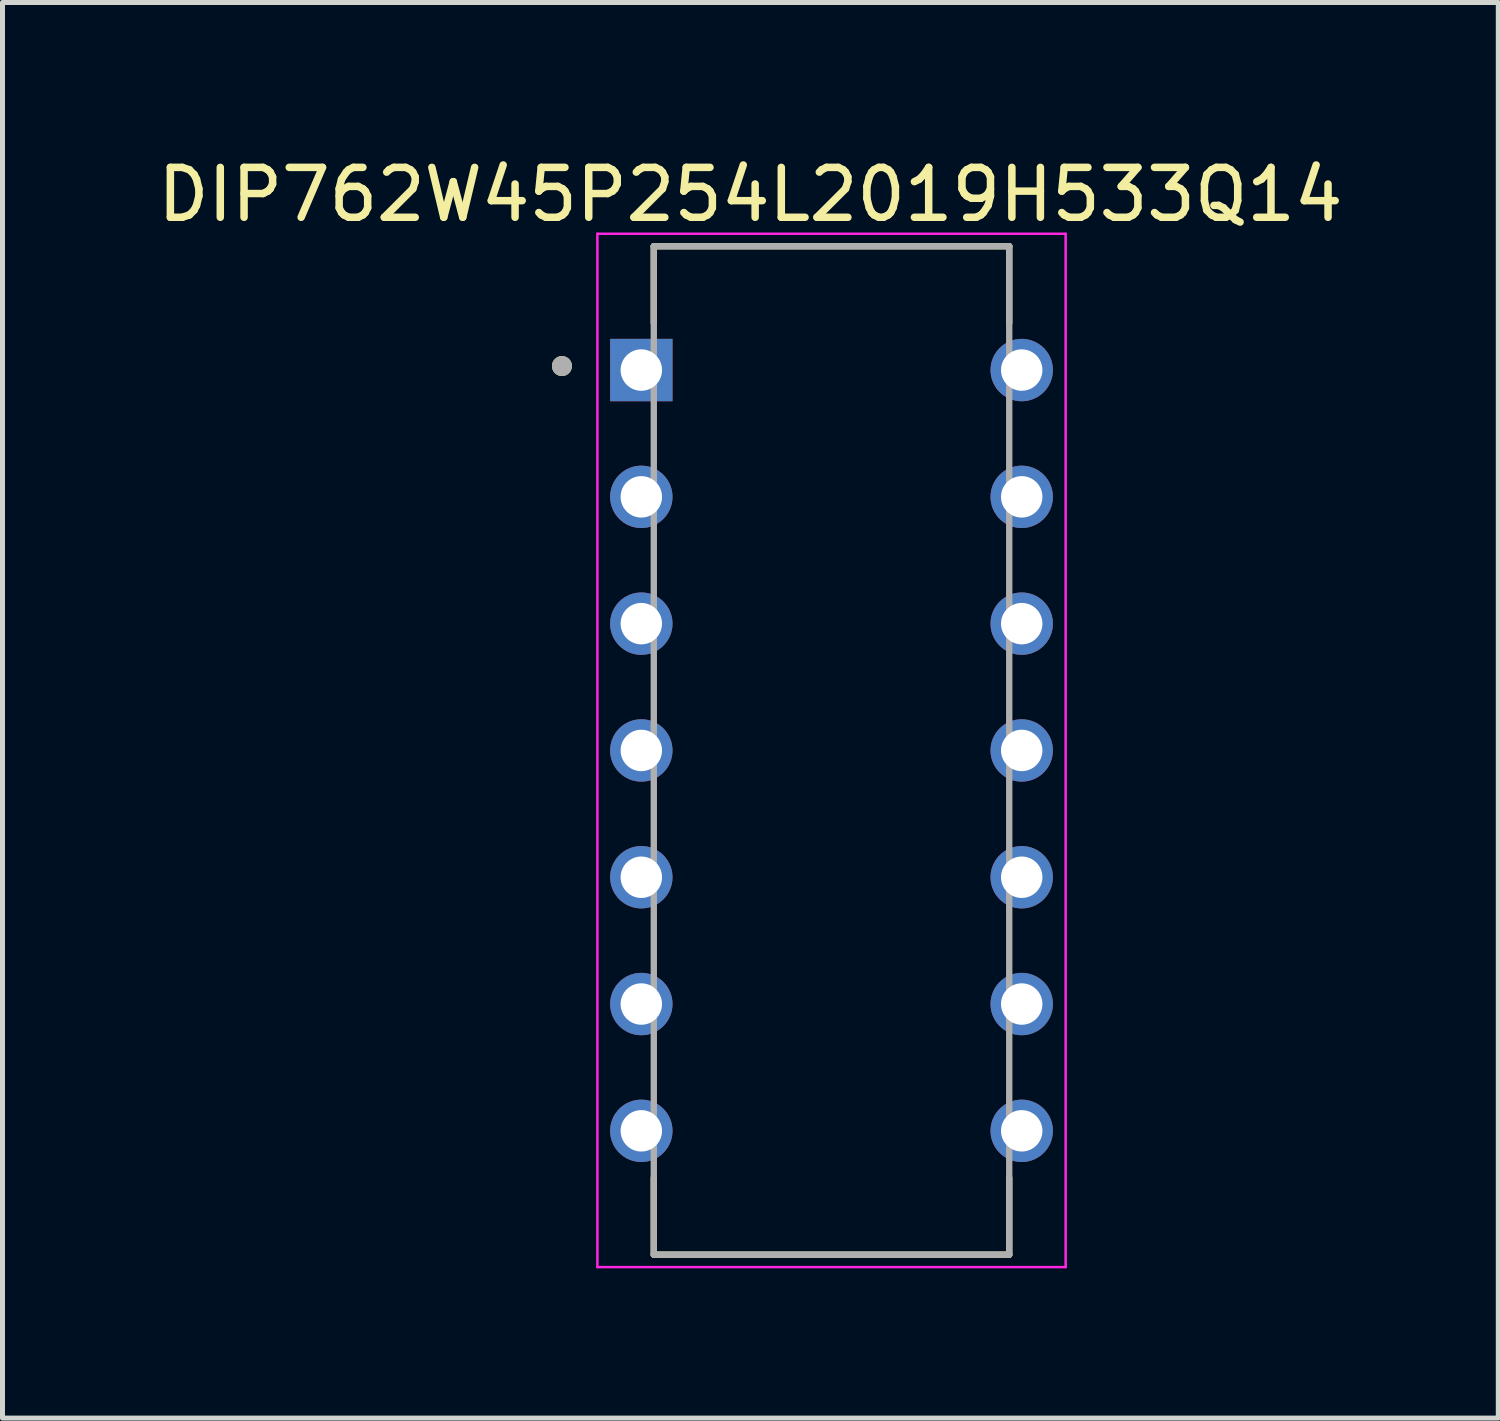
<source format=kicad_pcb>
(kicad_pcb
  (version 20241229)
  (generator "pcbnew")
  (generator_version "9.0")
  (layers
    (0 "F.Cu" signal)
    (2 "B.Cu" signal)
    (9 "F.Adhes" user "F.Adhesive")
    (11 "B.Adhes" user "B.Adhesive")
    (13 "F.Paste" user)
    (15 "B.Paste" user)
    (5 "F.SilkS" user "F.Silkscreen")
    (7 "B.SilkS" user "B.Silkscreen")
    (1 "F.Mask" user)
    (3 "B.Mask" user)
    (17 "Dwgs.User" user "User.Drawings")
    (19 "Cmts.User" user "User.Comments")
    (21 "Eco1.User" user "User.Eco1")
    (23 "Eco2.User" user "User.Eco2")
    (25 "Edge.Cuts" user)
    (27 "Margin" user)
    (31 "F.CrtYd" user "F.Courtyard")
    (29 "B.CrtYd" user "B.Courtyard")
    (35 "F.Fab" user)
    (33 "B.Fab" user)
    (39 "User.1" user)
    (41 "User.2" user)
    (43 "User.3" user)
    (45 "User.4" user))
  (footprint "DIP762W45P254L2019H533Q14"
    (layer "F.Cu")
    (at 13.607 11.983)
    (property "Reference" "DIP762W45P254L2019H533Q14" (at -1.625 -11.135 0) (layer "F.SilkS") (effects (font (size 1 1) (thickness 0.15))))
    (attr through_hole)
    (fp_line (start -3.56 -10.1) (end 3.56 -10.1) (stroke (width 0.127) (type solid)) (layer "F.SilkS"))
    (fp_line (start -3.56 -8.557) (end -3.56 -10.1) (stroke (width 0.127) (type solid)) (layer "F.SilkS"))
    (fp_line (start -3.56 10.1) (end -3.56 8.557) (stroke (width 0.127) (type solid)) (layer "F.SilkS"))
    (fp_line (start 3.56 -10.1) (end 3.56 -8.557) (stroke (width 0.127) (type solid)) (layer "F.SilkS"))
    (fp_line (start 3.56 8.557) (end 3.56 10.1) (stroke (width 0.127) (type solid)) (layer "F.SilkS"))
    (fp_line (start 3.56 10.1) (end -3.56 10.1) (stroke (width 0.127) (type solid)) (layer "F.SilkS"))
    (fp_circle (center -5.4 -7.7) (end -5.3 -7.7) (stroke (width 0.2) (type solid)) (fill no) (layer "F.SilkS"))
    (fp_line (start -4.69 -10.35) (end 4.69 -10.35) (stroke (width 0.05) (type solid)) (layer "F.CrtYd"))
    (fp_line (start -4.69 10.35) (end -4.69 -10.35) (stroke (width 0.05) (type solid)) (layer "F.CrtYd"))
    (fp_line (start 4.69 -10.35) (end 4.69 10.35) (stroke (width 0.05) (type solid)) (layer "F.CrtYd"))
    (fp_line (start 4.69 10.35) (end -4.69 10.35) (stroke (width 0.05) (type solid)) (layer "F.CrtYd"))
    (fp_line (start -3.56 -10.1) (end 3.56 -10.1) (stroke (width 0.127) (type solid)) (layer "F.Fab"))
    (fp_line (start -3.56 10.1) (end -3.56 -10.1) (stroke (width 0.127) (type solid)) (layer "F.Fab"))
    (fp_line (start 3.56 -10.1) (end 3.56 10.1) (stroke (width 0.127) (type solid)) (layer "F.Fab"))
    (fp_line (start 3.56 10.1) (end -3.56 10.1) (stroke (width 0.127) (type solid)) (layer "F.Fab"))
    (fp_circle (center -5.4 -7.7) (end -5.3 -7.7) (stroke (width 0.2) (type solid)) (fill no) (layer "F.Fab"))
    (pad "1" thru_hole rect (at -3.81 -7.62) (size 1.25 1.25) (drill 0.83) (layers "*.Cu" "*.Mask"))
    (pad "2" thru_hole circle (at -3.81 -5.08) (size 1.25 1.25) (drill 0.83) (layers "*.Cu" "*.Mask"))
    (pad "3" thru_hole circle (at -3.81 -2.54) (size 1.25 1.25) (drill 0.83) (layers "*.Cu" "*.Mask"))
    (pad "4" thru_hole circle (at -3.81 0) (size 1.25 1.25) (drill 0.83) (layers "*.Cu" "*.Mask"))
    (pad "5" thru_hole circle (at -3.81 2.54) (size 1.25 1.25) (drill 0.83) (layers "*.Cu" "*.Mask"))
    (pad "6" thru_hole circle (at -3.81 5.08) (size 1.25 1.25) (drill 0.83) (layers "*.Cu" "*.Mask"))
    (pad "7" thru_hole circle (at -3.81 7.62) (size 1.25 1.25) (drill 0.83) (layers "*.Cu" "*.Mask"))
    (pad "8" thru_hole circle (at 3.81 7.62) (size 1.25 1.25) (drill 0.83) (layers "*.Cu" "*.Mask"))
    (pad "9" thru_hole circle (at 3.81 5.08) (size 1.25 1.25) (drill 0.83) (layers "*.Cu" "*.Mask"))
    (pad "10" thru_hole circle (at 3.81 2.54) (size 1.25 1.25) (drill 0.83) (layers "*.Cu" "*.Mask"))
    (pad "11" thru_hole circle (at 3.81 0) (size 1.25 1.25) (drill 0.83) (layers "*.Cu" "*.Mask"))
    (pad "12" thru_hole circle (at 3.81 -2.54) (size 1.25 1.25) (drill 0.83) (layers "*.Cu" "*.Mask"))
    (pad "13" thru_hole circle (at 3.81 -5.08) (size 1.25 1.25) (drill 0.83) (layers "*.Cu" "*.Mask"))
    (pad "14" thru_hole circle (at 3.81 -7.62) (size 1.25 1.25) (drill 0.83) (layers "*.Cu" "*.Mask")))
  (gr_rect
    (start -3 -3)
    (end 26.964 25.358)
    (stroke (width 0.1) (type default))
    (fill no)
    (layer "Edge.Cuts")))
</source>
